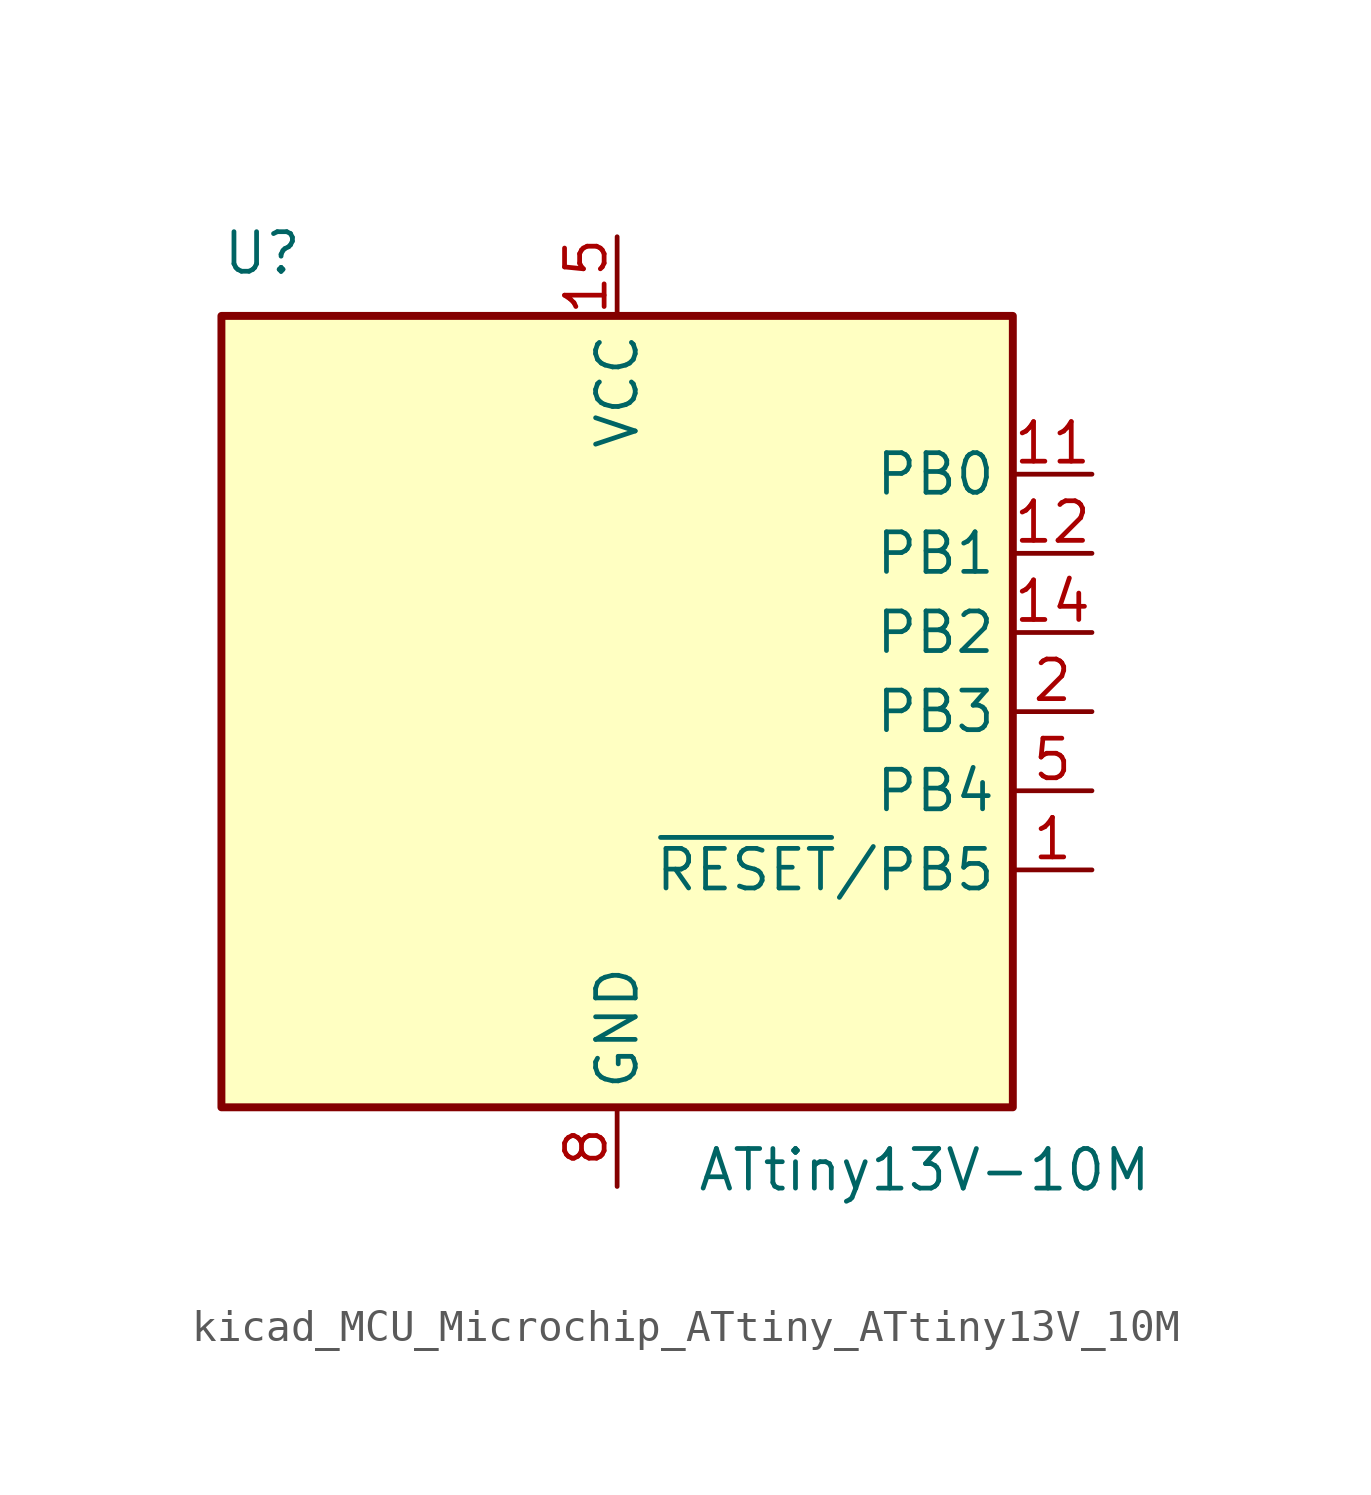
<source format=kicad_sym>
(kicad_symbol_lib
  (version 20220914)
  (generator kicad_symbol_editor)
  (symbol "kicad_MCU_Microchip_ATtiny_ATtiny13V_10M"
    (property "Reference" "U"
      (at -12.7 13.97 0)
      (effects (font (size 1.27 1.27)) (justify left bottom)))
    (property "Value" "ATtiny13V-10M"
      (at 2.54 -13.97 0)
      (effects (font (size 1.27 1.27)) (justify left top)))
    (symbol "kicad_MCU_Microchip_ATtiny_ATtiny13V_10M_0_1"
      (rectangle (start -12.7 -12.7) (end 12.7 12.7) (stroke (width 0.254) (type default)) (fill (type background))))
    (symbol "kicad_MCU_Microchip_ATtiny_ATtiny13V_10M_1_1"
      (pin bidirectional line (at 15.24 -5.08 180) (length 2.54) (name "~{RESET}/PB5" (effects (font (size 1.27 1.27)))) (number "1" (effects (font (size 1.27 1.27)))))
      (pin no_connect line (at -12.7 -2.54 0) (length 2.54) hide (name "NC" (effects (font (size 1.27 1.27)))) (number "10" (effects (font (size 1.27 1.27)))))
      (pin bidirectional line (at 15.24 7.62 180) (length 2.54) (name "PB0" (effects (font (size 1.27 1.27)))) (number "11" (effects (font (size 1.27 1.27)))))
      (pin bidirectional line (at 15.24 5.08 180) (length 2.54) (name "PB1" (effects (font (size 1.27 1.27)))) (number "12" (effects (font (size 1.27 1.27)))))
      (pin no_connect line (at -12.7 -5.08 0) (length 2.54) hide (name "NC" (effects (font (size 1.27 1.27)))) (number "13" (effects (font (size 1.27 1.27)))))
      (pin bidirectional line (at 15.24 2.54 180) (length 2.54) (name "PB2" (effects (font (size 1.27 1.27)))) (number "14" (effects (font (size 1.27 1.27)))))
      (pin power_in line (at 0 15.24 270) (length 2.54) (name "VCC" (effects (font (size 1.27 1.27)))) (number "15" (effects (font (size 1.27 1.27)))))
      (pin no_connect line (at -12.7 -7.62 0) (length 2.54) hide (name "NC" (effects (font (size 1.27 1.27)))) (number "16" (effects (font (size 1.27 1.27)))))
      (pin no_connect line (at -12.7 -10.16 0) (length 2.54) hide (name "NC" (effects (font (size 1.27 1.27)))) (number "17" (effects (font (size 1.27 1.27)))))
      (pin no_connect line (at -7.62 -12.7 90) (length 2.54) hide (name "NC" (effects (font (size 1.27 1.27)))) (number "18" (effects (font (size 1.27 1.27)))))
      (pin no_connect line (at -5.08 -12.7 90) (length 2.54) hide (name "NC" (effects (font (size 1.27 1.27)))) (number "19" (effects (font (size 1.27 1.27)))))
      (pin bidirectional line (at 15.24 0 180) (length 2.54) (name "PB3" (effects (font (size 1.27 1.27)))) (number "2" (effects (font (size 1.27 1.27)))))
      (pin no_connect line (at -2.54 -12.7 90) (length 2.54) hide (name "NC" (effects (font (size 1.27 1.27)))) (number "20" (effects (font (size 1.27 1.27)))))
      (pin passive line (at 0 -15.24 90) (length 2.54) hide (name "GND" (effects (font (size 1.27 1.27)))) (number "21" (effects (font (size 1.27 1.27)))))
      (pin no_connect line (at -12.7 10.16 0) (length 2.54) hide (name "NC" (effects (font (size 1.27 1.27)))) (number "3" (effects (font (size 1.27 1.27)))))
      (pin no_connect line (at -12.7 7.62 0) (length 2.54) hide (name "NC" (effects (font (size 1.27 1.27)))) (number "4" (effects (font (size 1.27 1.27)))))
      (pin bidirectional line (at 15.24 -2.54 180) (length 2.54) (name "PB4" (effects (font (size 1.27 1.27)))) (number "5" (effects (font (size 1.27 1.27)))))
      (pin no_connect line (at -12.7 5.08 0) (length 2.54) hide (name "NC" (effects (font (size 1.27 1.27)))) (number "6" (effects (font (size 1.27 1.27)))))
      (pin no_connect line (at -12.7 2.54 0) (length 2.54) hide (name "NC" (effects (font (size 1.27 1.27)))) (number "7" (effects (font (size 1.27 1.27)))))
      (pin power_in line (at 0 -15.24 90) (length 2.54) (name "GND" (effects (font (size 1.27 1.27)))) (number "8" (effects (font (size 1.27 1.27)))))
      (pin no_connect line (at -12.7 0 0) (length 2.54) hide (name "NC" (effects (font (size 1.27 1.27)))) (number "9" (effects (font (size 1.27 1.27))))))))
</source>
